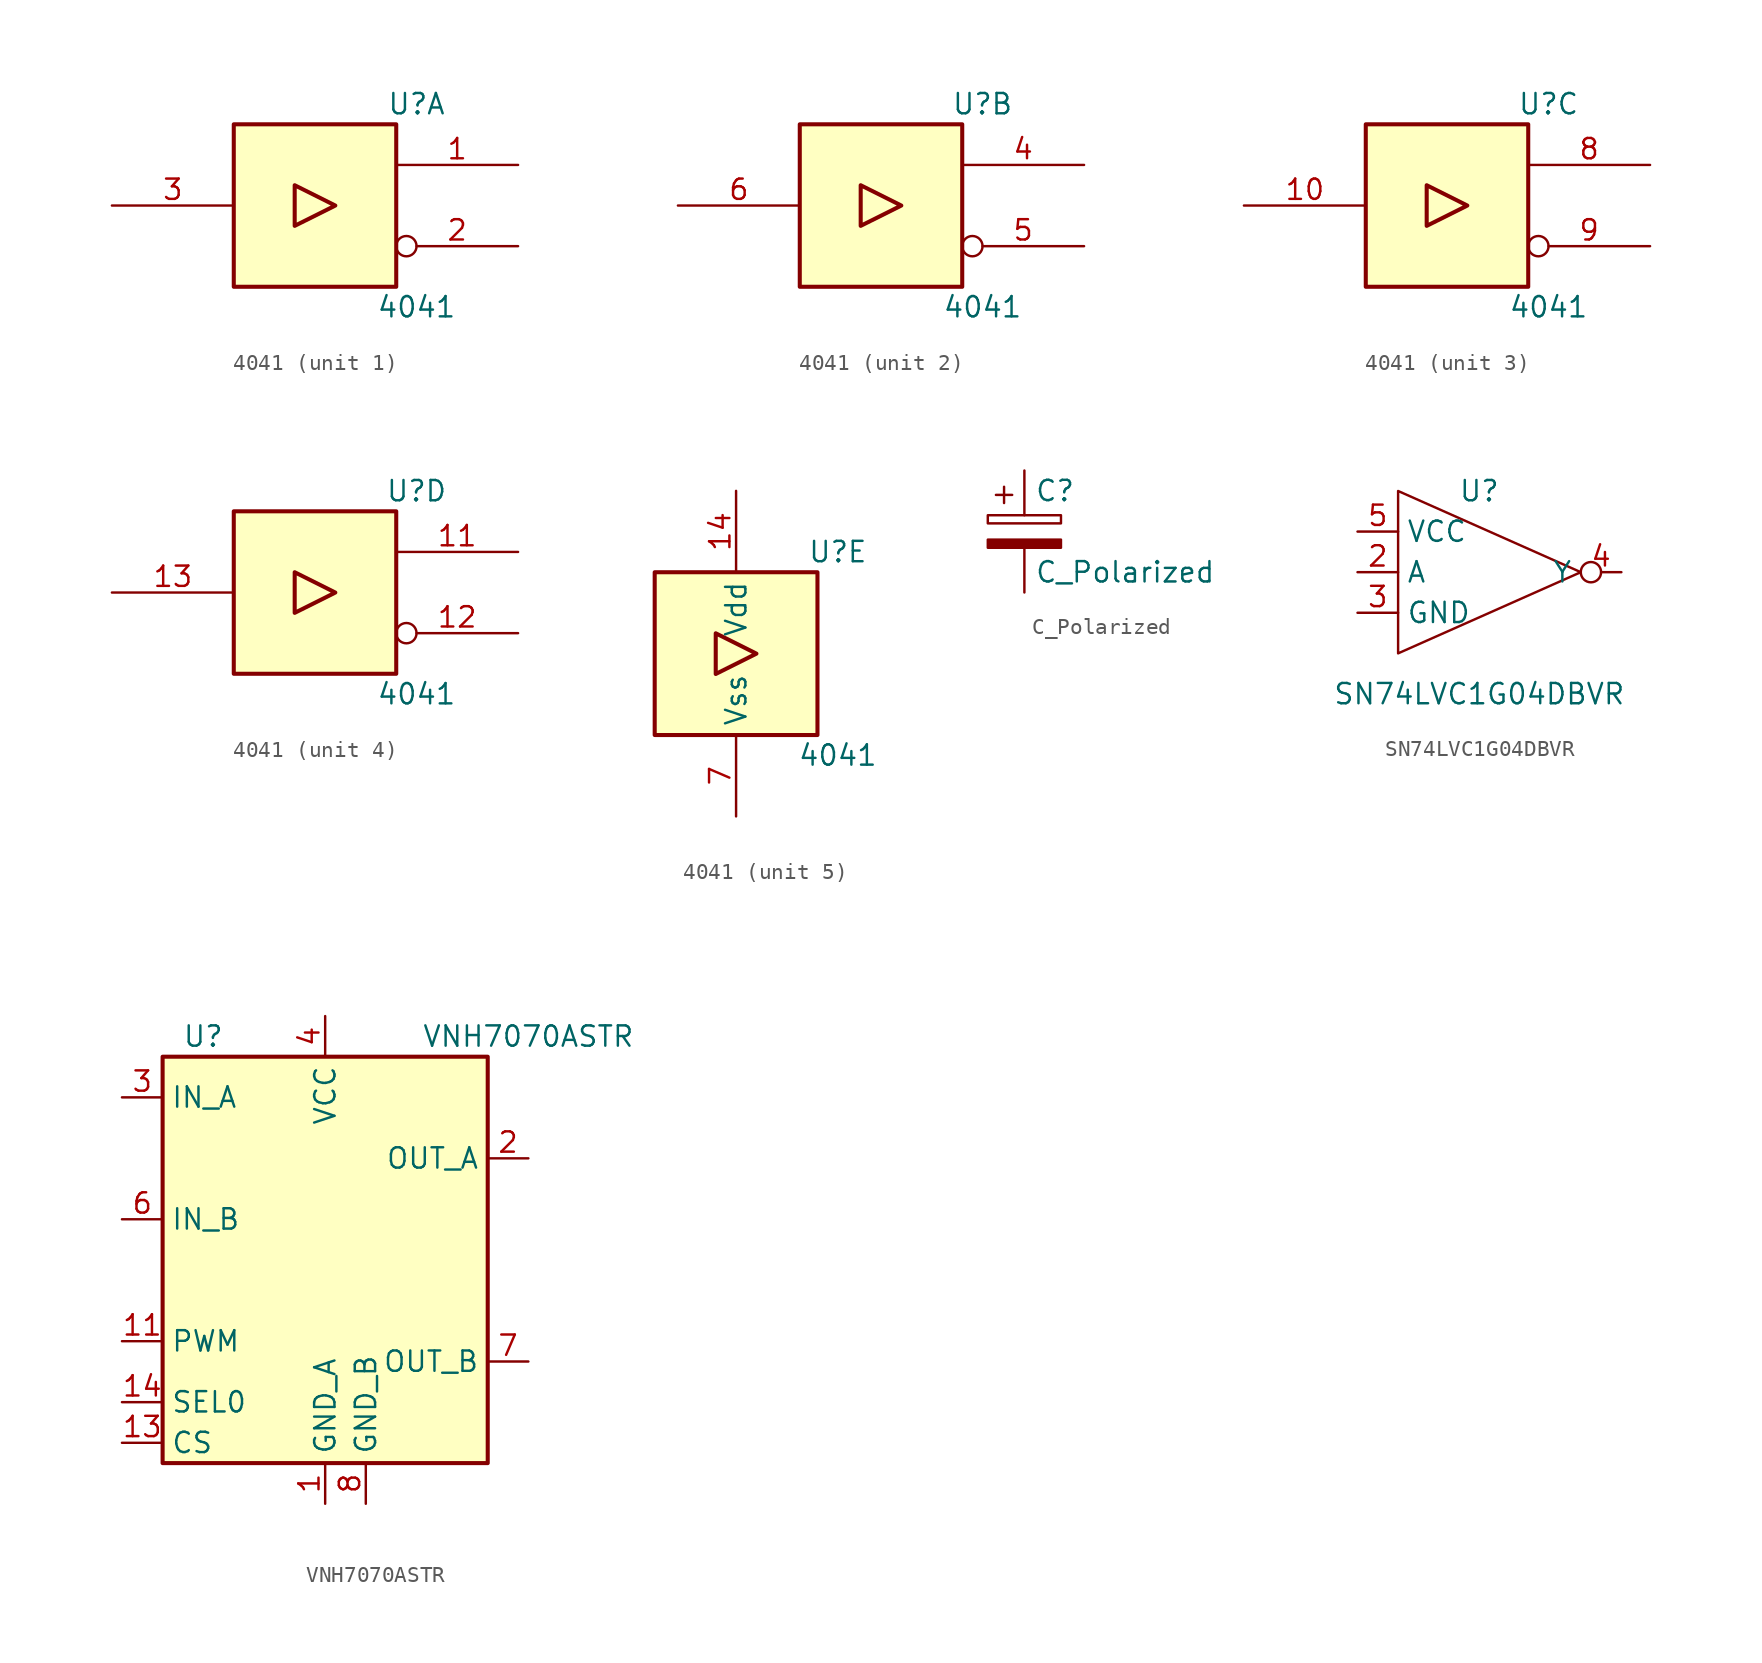
<source format=kicad_sym>
(kicad_symbol_lib
  (version 20231120)
  (generator "kicad_symbol_editor")
  (generator_version "8.0")
  (symbol "4041"
    (property "Reference" "U"
      (at 6.35 6.35 0)
      (effects (font (size 1.27 1.27))))
    (property "Value" "4041"
      (at 6.35 -6.35 0)
      (effects (font (size 1.27 1.27))))
    (property "ki_locked" ""
      (at 0 0 0)
      (effects (font (size 1.27 1.27))))
    (symbol "4041_0_0"
      (rectangle (start -5.08 5.08) (end 5.08 -5.08) (stroke (width 0.254) (type default)) (fill (type background)))
      (polyline (pts (xy -1.27 1.27) (xy -1.27 -1.27) (xy 1.27 0) (xy -1.27 1.27) (xy -1.27 1.27)) (stroke (width 0.254) (type default)) (fill (type background))))
    (symbol "4041_1_1"
      (pin output line (at 12.7 2.54 180) (length 7.62) (name "~" (effects (font (size 1.27 1.27)))) (number "1" (effects (font (size 1.27 1.27)))))
      (pin output inverted (at 12.7 -2.54 180) (length 7.62) (name "~" (effects (font (size 1.27 1.27)))) (number "2" (effects (font (size 1.27 1.27)))))
      (pin input line (at -12.7 0 0) (length 7.62) (name "~" (effects (font (size 1.27 1.27)))) (number "3" (effects (font (size 1.27 1.27))))))
    (symbol "4041_2_1"
      (pin output line (at 12.7 2.54 180) (length 7.62) (name "~" (effects (font (size 1.27 1.27)))) (number "4" (effects (font (size 1.27 1.27)))))
      (pin output inverted (at 12.7 -2.54 180) (length 7.62) (name "~" (effects (font (size 1.27 1.27)))) (number "5" (effects (font (size 1.27 1.27)))))
      (pin input line (at -12.7 0 0) (length 7.62) (name "~" (effects (font (size 1.27 1.27)))) (number "6" (effects (font (size 1.27 1.27))))))
    (symbol "4041_3_1"
      (pin input line (at -12.7 0 0) (length 7.62) (name "~" (effects (font (size 1.27 1.27)))) (number "10" (effects (font (size 1.27 1.27)))))
      (pin output line (at 12.7 2.54 180) (length 7.62) (name "~" (effects (font (size 1.27 1.27)))) (number "8" (effects (font (size 1.27 1.27)))))
      (pin output inverted (at 12.7 -2.54 180) (length 7.62) (name "~" (effects (font (size 1.27 1.27)))) (number "9" (effects (font (size 1.27 1.27))))))
    (symbol "4041_4_1"
      (pin output line (at 12.7 2.54 180) (length 7.62) (name "~" (effects (font (size 1.27 1.27)))) (number "11" (effects (font (size 1.27 1.27)))))
      (pin output inverted (at 12.7 -2.54 180) (length 7.62) (name "~" (effects (font (size 1.27 1.27)))) (number "12" (effects (font (size 1.27 1.27)))))
      (pin input line (at -12.7 0 0) (length 7.62) (name "~" (effects (font (size 1.27 1.27)))) (number "13" (effects (font (size 1.27 1.27))))))
    (symbol "4041_5_1"
      (pin power_in line (at 0 10.16 270) (length 5.08) (name "Vdd" (effects (font (size 1.27 1.27)))) (number "14" (effects (font (size 1.27 1.27)))))
      (pin power_in line (at 0 -10.16 90) (length 5.08) (name "Vss" (effects (font (size 1.27 1.27)))) (number "7" (effects (font (size 1.27 1.27)))))))
  (symbol "C_Polarized"
    (pin_numbers hide)
    (pin_names
      (offset 0.254))
    (property "Reference" "C"
      (at 0.635 2.54 0)
      (effects (font (size 1.27 1.27)) (justify left)))
    (property "Value" "C_Polarized"
      (at 0.635 -2.54 0)
      (effects (font (size 1.27 1.27)) (justify left)))
    (symbol "C_Polarized_0_1"
      (rectangle (start -2.286 -0.508) (end 2.286 -1.016) (stroke (width 0) (type default)) (fill (type outline)))
      (rectangle (start -2.286 0.508) (end 2.286 1.016) (stroke (width 0) (type default)) (fill (type none)))
      (polyline (pts (xy -1.778 2.286) (xy -0.762 2.286)) (stroke (width 0) (type default)) (fill (type none)))
      (polyline (pts (xy -1.27 2.794) (xy -1.27 1.778)) (stroke (width 0) (type default)) (fill (type none))))
    (symbol "C_Polarized_1_1"
      (pin passive line (at 0 3.81 270) (length 2.794) (name "~" (effects (font (size 1.27 1.27)))) (number "1" (effects (font (size 1.27 1.27)))))
      (pin passive line (at 0 -3.81 90) (length 2.794) (name "~" (effects (font (size 1.27 1.27)))) (number "2" (effects (font (size 1.27 1.27)))))))
  (symbol "SN74LVC1G04DBVR"
    (property "Reference" "U"
      (at 0 5.08 0)
      (effects (font (size 1.27 1.27))))
    (property "Value" "SN74LVC1G04DBVR"
      (at 0 -7.62 0)
      (effects (font (size 1.27 1.27))))
    (symbol "SN74LVC1G04DBVR_0_0"
      (pin no_connect non_logic (at 2.54 0 180) (length 2.54) hide (name "NC" (effects (font (size 1.27 1.27)))) (number "1" (effects (font (size 1.27 1.27)))))
      (pin input line (at -7.62 0 0) (length 2.54) (name "A" (effects (font (size 1.27 1.27)))) (number "2" (effects (font (size 1.27 1.27)))))
      (pin power_in line (at -7.62 -2.54 0) (length 2.54) (name "GND" (effects (font (size 1.27 1.27)))) (number "3" (effects (font (size 1.27 1.27)))))
      (pin output inverted (at 8.89 0 180) (length 2.54) (name "Y" (effects (font (size 1.27 1.27)))) (number "4" (effects (font (size 1.27 1.27)))))
      (pin power_in line (at -7.62 2.54 0) (length 2.54) (name "VCC" (effects (font (size 1.27 1.27)))) (number "5" (effects (font (size 1.27 1.27))))))
    (symbol "SN74LVC1G04DBVR_0_1"
      (polyline (pts (xy -5.08 -5.08) (xy -5.08 5.08) (xy 6.35 0) (xy -5.08 -5.08)) (stroke (width 0) (type default)) (fill (type none)))))
  (symbol "VNH7070ASTR"
    (property "Reference" "U"
      (at -7.62 13.97 0)
      (effects (font (size 1.27 1.27))))
    (property "Value" "VNH7070ASTR"
      (at 12.7 13.97 0)
      (effects (font (size 1.27 1.27))))
    (symbol "VNH7070ASTR_0_0"
      (pin power_in line (at 0 -15.24 90) (length 2.54) (name "GND_A" (effects (font (size 1.27 1.27)))) (number "1" (effects (font (size 1.27 1.27)))))
      (pin passive non_logic (at 12.7 -6.35 180) (length 2.54) hide (name "OUT_B" (effects (font (size 1.27 1.27)))) (number "10" (effects (font (size 1.27 1.27)))))
      (pin input line (at -12.7 -5.08 0) (length 2.54) (name "PWM" (effects (font (size 1.27 1.27)))) (number "11" (effects (font (size 1.27 1.27)))))
      (pin passive non_logic (at 0 15.24 270) (length 2.54) hide (name "VCC" (effects (font (size 1.27 1.27)))) (number "12" (effects (font (size 1.27 1.27)))))
      (pin input line (at -12.7 -11.43 0) (length 2.54) (name "CS" (effects (font (size 1.27 1.27)))) (number "13" (effects (font (size 1.27 1.27)))))
      (pin input line (at -12.7 -8.89 0) (length 2.54) (name "SEL0" (effects (font (size 1.27 1.27)))) (number "14" (effects (font (size 1.27 1.27)))))
      (pin passive non_logic (at 12.7 6.35 180) (length 2.54) hide (name "OUT_A" (effects (font (size 1.27 1.27)))) (number "15" (effects (font (size 1.27 1.27)))))
      (pin passive non_logic (at 0 -15.24 90) (length 2.54) hide (name "GND_A" (effects (font (size 1.27 1.27)))) (number "16" (effects (font (size 1.27 1.27)))))
      (pin output line (at 12.7 6.35 180) (length 2.54) (name "OUT_A" (effects (font (size 1.27 1.27)))) (number "2" (effects (font (size 1.27 1.27)))))
      (pin input line (at -12.7 10.16 0) (length 2.54) (name "IN_A" (effects (font (size 1.27 1.27)))) (number "3" (effects (font (size 1.27 1.27)))))
      (pin power_in line (at 0 15.24 270) (length 2.54) (name "VCC" (effects (font (size 1.27 1.27)))) (number "4" (effects (font (size 1.27 1.27)))))
      (pin passive non_logic (at 0 15.24 270) (length 2.54) hide (name "VCC" (effects (font (size 1.27 1.27)))) (number "5" (effects (font (size 1.27 1.27)))))
      (pin input line (at -12.7 2.54 0) (length 2.54) (name "IN_B" (effects (font (size 1.27 1.27)))) (number "6" (effects (font (size 1.27 1.27)))))
      (pin output line (at 12.7 -6.35 180) (length 2.54) (name "OUT_B" (effects (font (size 1.27 1.27)))) (number "7" (effects (font (size 1.27 1.27)))))
      (pin power_in line (at 2.54 -15.24 90) (length 2.54) (name "GND_B" (effects (font (size 1.27 1.27)))) (number "8" (effects (font (size 1.27 1.27)))))
      (pin passive non_logic (at 2.54 -15.24 90) (length 2.54) hide (name "GND_B" (effects (font (size 1.27 1.27)))) (number "9" (effects (font (size 1.27 1.27))))))
    (symbol "VNH7070ASTR_0_1"
      (rectangle (start -10.16 12.7) (end 10.16 -12.7) (stroke (width 0.254) (type default)) (fill (type background))))))
</source>
